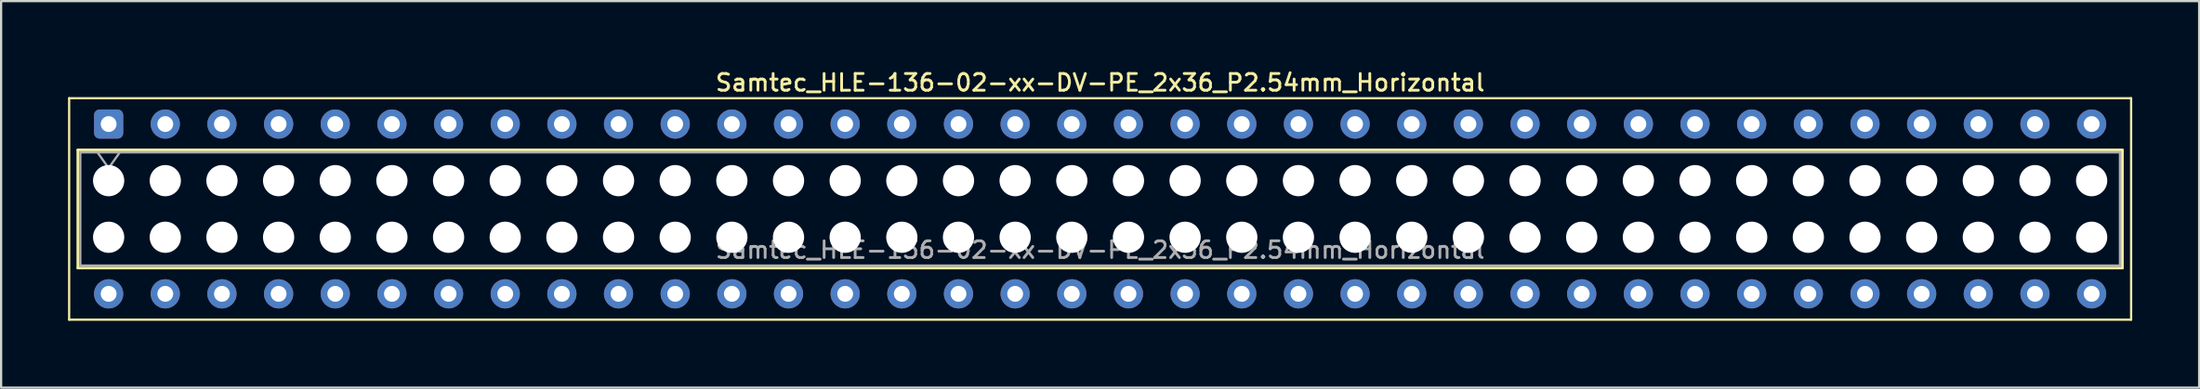
<source format=kicad_pcb>
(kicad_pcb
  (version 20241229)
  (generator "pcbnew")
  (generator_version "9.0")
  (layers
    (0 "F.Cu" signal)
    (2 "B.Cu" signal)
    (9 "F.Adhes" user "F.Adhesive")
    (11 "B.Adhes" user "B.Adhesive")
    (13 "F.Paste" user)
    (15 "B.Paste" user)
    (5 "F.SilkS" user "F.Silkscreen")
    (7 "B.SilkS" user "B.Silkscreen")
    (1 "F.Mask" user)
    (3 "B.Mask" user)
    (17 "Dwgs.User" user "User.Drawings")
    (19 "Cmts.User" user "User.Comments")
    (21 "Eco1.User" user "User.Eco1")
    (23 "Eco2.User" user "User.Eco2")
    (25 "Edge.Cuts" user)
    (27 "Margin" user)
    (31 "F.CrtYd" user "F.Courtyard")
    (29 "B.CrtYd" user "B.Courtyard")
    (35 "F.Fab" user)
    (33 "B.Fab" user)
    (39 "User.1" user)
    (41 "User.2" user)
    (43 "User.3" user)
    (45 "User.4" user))
  (footprint "Samtec_HLE-136-02-xx-DV-PE_2x36_P2.54mm_Horizontal"
    (layer "F.Cu")
    (at 1.82 2.518)
    (property "Reference" "Samtec_HLE-136-02-xx-DV-PE_2x36_P2.54mm_Horizontal" (at 44.45 -1.86 0) (layer "F.SilkS") (effects (font (size 0.75 0.75) (thickness 0.125))))
    (attr through_hole)
    (fp_line (start -1.77 -1.16) (end 90.67 -1.16) (stroke (width 0.1) (type solid)) (layer "F.SilkS"))
    (fp_line (start -1.77 8.78) (end -1.77 -1.16) (stroke (width 0.1) (type solid)) (layer "F.SilkS"))
    (fp_line (start -1.38 1.16) (end 90.28 1.16) (stroke (width 0.12) (type solid)) (layer "F.SilkS"))
    (fp_line (start -1.38 6.46) (end -1.38 1.16) (stroke (width 0.12) (type solid)) (layer "F.SilkS"))
    (fp_line (start 90.28 1.16) (end 90.28 6.46) (stroke (width 0.12) (type solid)) (layer "F.SilkS"))
    (fp_line (start 90.28 6.46) (end -1.38 6.46) (stroke (width 0.12) (type solid)) (layer "F.SilkS"))
    (fp_line (start 90.67 -1.16) (end 90.67 8.78) (stroke (width 0.1) (type solid)) (layer "F.SilkS"))
    (fp_line (start 90.67 8.78) (end -1.77 8.78) (stroke (width 0.1) (type solid)) (layer "F.SilkS"))
    (fp_line (start -1.27 1.27) (end 90.17 1.27) (stroke (width 0.1) (type solid)) (layer "F.Fab"))
    (fp_line (start -1.27 6.35) (end -1.27 1.27) (stroke (width 0.1) (type solid)) (layer "F.Fab"))
    (fp_line (start -0.5 1.27) (end 0 1.977) (stroke (width 0.1) (type solid)) (layer "F.Fab"))
    (fp_line (start 0 1.977) (end 0.5 1.27) (stroke (width 0.1) (type solid)) (layer "F.Fab"))
    (fp_line (start 90.17 1.27) (end 90.17 6.35) (stroke (width 0.1) (type solid)) (layer "F.Fab"))
    (fp_line (start 90.17 6.35) (end -1.27 6.35) (stroke (width 0.1) (type solid)) (layer "F.Fab"))
    (fp_text user "${REFERENCE}" (at 44.45 5.65 0) (layer "F.Fab") (effects (font (size 0.75 0.75) (thickness 0.125))))
    (pad "" np_thru_hole circle (at 0 2.54) (size 1.4 1.4) (drill 1.4) (layers "*.Cu" "*.Mask"))
    (pad "" np_thru_hole circle (at 0 5.08) (size 1.4 1.4) (drill 1.4) (layers "*.Cu" "*.Mask"))
    (pad "" np_thru_hole circle (at 2.54 2.54) (size 1.4 1.4) (drill 1.4) (layers "*.Cu" "*.Mask"))
    (pad "" np_thru_hole circle (at 2.54 5.08) (size 1.4 1.4) (drill 1.4) (layers "*.Cu" "*.Mask"))
    (pad "" np_thru_hole circle (at 5.08 2.54) (size 1.4 1.4) (drill 1.4) (layers "*.Cu" "*.Mask"))
    (pad "" np_thru_hole circle (at 5.08 5.08) (size 1.4 1.4) (drill 1.4) (layers "*.Cu" "*.Mask"))
    (pad "" np_thru_hole circle (at 7.62 2.54) (size 1.4 1.4) (drill 1.4) (layers "*.Cu" "*.Mask"))
    (pad "" np_thru_hole circle (at 7.62 5.08) (size 1.4 1.4) (drill 1.4) (layers "*.Cu" "*.Mask"))
    (pad "" np_thru_hole circle (at 10.16 2.54) (size 1.4 1.4) (drill 1.4) (layers "*.Cu" "*.Mask"))
    (pad "" np_thru_hole circle (at 10.16 5.08) (size 1.4 1.4) (drill 1.4) (layers "*.Cu" "*.Mask"))
    (pad "" np_thru_hole circle (at 12.7 2.54) (size 1.4 1.4) (drill 1.4) (layers "*.Cu" "*.Mask"))
    (pad "" np_thru_hole circle (at 12.7 5.08) (size 1.4 1.4) (drill 1.4) (layers "*.Cu" "*.Mask"))
    (pad "" np_thru_hole circle (at 15.24 2.54) (size 1.4 1.4) (drill 1.4) (layers "*.Cu" "*.Mask"))
    (pad "" np_thru_hole circle (at 15.24 5.08) (size 1.4 1.4) (drill 1.4) (layers "*.Cu" "*.Mask"))
    (pad "" np_thru_hole circle (at 17.78 2.54) (size 1.4 1.4) (drill 1.4) (layers "*.Cu" "*.Mask"))
    (pad "" np_thru_hole circle (at 17.78 5.08) (size 1.4 1.4) (drill 1.4) (layers "*.Cu" "*.Mask"))
    (pad "" np_thru_hole circle (at 20.32 2.54) (size 1.4 1.4) (drill 1.4) (layers "*.Cu" "*.Mask"))
    (pad "" np_thru_hole circle (at 20.32 5.08) (size 1.4 1.4) (drill 1.4) (layers "*.Cu" "*.Mask"))
    (pad "" np_thru_hole circle (at 22.86 2.54) (size 1.4 1.4) (drill 1.4) (layers "*.Cu" "*.Mask"))
    (pad "" np_thru_hole circle (at 22.86 5.08) (size 1.4 1.4) (drill 1.4) (layers "*.Cu" "*.Mask"))
    (pad "" np_thru_hole circle (at 25.4 2.54) (size 1.4 1.4) (drill 1.4) (layers "*.Cu" "*.Mask"))
    (pad "" np_thru_hole circle (at 25.4 5.08) (size 1.4 1.4) (drill 1.4) (layers "*.Cu" "*.Mask"))
    (pad "" np_thru_hole circle (at 27.94 2.54) (size 1.4 1.4) (drill 1.4) (layers "*.Cu" "*.Mask"))
    (pad "" np_thru_hole circle (at 27.94 5.08) (size 1.4 1.4) (drill 1.4) (layers "*.Cu" "*.Mask"))
    (pad "" np_thru_hole circle (at 30.48 2.54) (size 1.4 1.4) (drill 1.4) (layers "*.Cu" "*.Mask"))
    (pad "" np_thru_hole circle (at 30.48 5.08) (size 1.4 1.4) (drill 1.4) (layers "*.Cu" "*.Mask"))
    (pad "" np_thru_hole circle (at 33.02 2.54) (size 1.4 1.4) (drill 1.4) (layers "*.Cu" "*.Mask"))
    (pad "" np_thru_hole circle (at 33.02 5.08) (size 1.4 1.4) (drill 1.4) (layers "*.Cu" "*.Mask"))
    (pad "" np_thru_hole circle (at 35.56 2.54) (size 1.4 1.4) (drill 1.4) (layers "*.Cu" "*.Mask"))
    (pad "" np_thru_hole circle (at 35.56 5.08) (size 1.4 1.4) (drill 1.4) (layers "*.Cu" "*.Mask"))
    (pad "" np_thru_hole circle (at 38.1 2.54) (size 1.4 1.4) (drill 1.4) (layers "*.Cu" "*.Mask"))
    (pad "" np_thru_hole circle (at 38.1 5.08) (size 1.4 1.4) (drill 1.4) (layers "*.Cu" "*.Mask"))
    (pad "" np_thru_hole circle (at 40.64 2.54) (size 1.4 1.4) (drill 1.4) (layers "*.Cu" "*.Mask"))
    (pad "" np_thru_hole circle (at 40.64 5.08) (size 1.4 1.4) (drill 1.4) (layers "*.Cu" "*.Mask"))
    (pad "" np_thru_hole circle (at 43.18 2.54) (size 1.4 1.4) (drill 1.4) (layers "*.Cu" "*.Mask"))
    (pad "" np_thru_hole circle (at 43.18 5.08) (size 1.4 1.4) (drill 1.4) (layers "*.Cu" "*.Mask"))
    (pad "" np_thru_hole circle (at 45.72 2.54) (size 1.4 1.4) (drill 1.4) (layers "*.Cu" "*.Mask"))
    (pad "" np_thru_hole circle (at 45.72 5.08) (size 1.4 1.4) (drill 1.4) (layers "*.Cu" "*.Mask"))
    (pad "" np_thru_hole circle (at 48.26 2.54) (size 1.4 1.4) (drill 1.4) (layers "*.Cu" "*.Mask"))
    (pad "" np_thru_hole circle (at 48.26 5.08) (size 1.4 1.4) (drill 1.4) (layers "*.Cu" "*.Mask"))
    (pad "" np_thru_hole circle (at 50.8 2.54) (size 1.4 1.4) (drill 1.4) (layers "*.Cu" "*.Mask"))
    (pad "" np_thru_hole circle (at 50.8 5.08) (size 1.4 1.4) (drill 1.4) (layers "*.Cu" "*.Mask"))
    (pad "" np_thru_hole circle (at 53.34 2.54) (size 1.4 1.4) (drill 1.4) (layers "*.Cu" "*.Mask"))
    (pad "" np_thru_hole circle (at 53.34 5.08) (size 1.4 1.4) (drill 1.4) (layers "*.Cu" "*.Mask"))
    (pad "" np_thru_hole circle (at 55.88 2.54) (size 1.4 1.4) (drill 1.4) (layers "*.Cu" "*.Mask"))
    (pad "" np_thru_hole circle (at 55.88 5.08) (size 1.4 1.4) (drill 1.4) (layers "*.Cu" "*.Mask"))
    (pad "" np_thru_hole circle (at 58.42 2.54) (size 1.4 1.4) (drill 1.4) (layers "*.Cu" "*.Mask"))
    (pad "" np_thru_hole circle (at 58.42 5.08) (size 1.4 1.4) (drill 1.4) (layers "*.Cu" "*.Mask"))
    (pad "" np_thru_hole circle (at 60.96 2.54) (size 1.4 1.4) (drill 1.4) (layers "*.Cu" "*.Mask"))
    (pad "" np_thru_hole circle (at 60.96 5.08) (size 1.4 1.4) (drill 1.4) (layers "*.Cu" "*.Mask"))
    (pad "" np_thru_hole circle (at 63.5 2.54) (size 1.4 1.4) (drill 1.4) (layers "*.Cu" "*.Mask"))
    (pad "" np_thru_hole circle (at 63.5 5.08) (size 1.4 1.4) (drill 1.4) (layers "*.Cu" "*.Mask"))
    (pad "" np_thru_hole circle (at 66.04 2.54) (size 1.4 1.4) (drill 1.4) (layers "*.Cu" "*.Mask"))
    (pad "" np_thru_hole circle (at 66.04 5.08) (size 1.4 1.4) (drill 1.4) (layers "*.Cu" "*.Mask"))
    (pad "" np_thru_hole circle (at 68.58 2.54) (size 1.4 1.4) (drill 1.4) (layers "*.Cu" "*.Mask"))
    (pad "" np_thru_hole circle (at 68.58 5.08) (size 1.4 1.4) (drill 1.4) (layers "*.Cu" "*.Mask"))
    (pad "" np_thru_hole circle (at 71.12 2.54) (size 1.4 1.4) (drill 1.4) (layers "*.Cu" "*.Mask"))
    (pad "" np_thru_hole circle (at 71.12 5.08) (size 1.4 1.4) (drill 1.4) (layers "*.Cu" "*.Mask"))
    (pad "" np_thru_hole circle (at 73.66 2.54) (size 1.4 1.4) (drill 1.4) (layers "*.Cu" "*.Mask"))
    (pad "" np_thru_hole circle (at 73.66 5.08) (size 1.4 1.4) (drill 1.4) (layers "*.Cu" "*.Mask"))
    (pad "" np_thru_hole circle (at 76.2 2.54) (size 1.4 1.4) (drill 1.4) (layers "*.Cu" "*.Mask"))
    (pad "" np_thru_hole circle (at 76.2 5.08) (size 1.4 1.4) (drill 1.4) (layers "*.Cu" "*.Mask"))
    (pad "" np_thru_hole circle (at 78.74 2.54) (size 1.4 1.4) (drill 1.4) (layers "*.Cu" "*.Mask"))
    (pad "" np_thru_hole circle (at 78.74 5.08) (size 1.4 1.4) (drill 1.4) (layers "*.Cu" "*.Mask"))
    (pad "" np_thru_hole circle (at 81.28 2.54) (size 1.4 1.4) (drill 1.4) (layers "*.Cu" "*.Mask"))
    (pad "" np_thru_hole circle (at 81.28 5.08) (size 1.4 1.4) (drill 1.4) (layers "*.Cu" "*.Mask"))
    (pad "" np_thru_hole circle (at 83.82 2.54) (size 1.4 1.4) (drill 1.4) (layers "*.Cu" "*.Mask"))
    (pad "" np_thru_hole circle (at 83.82 5.08) (size 1.4 1.4) (drill 1.4) (layers "*.Cu" "*.Mask"))
    (pad "" np_thru_hole circle (at 86.36 2.54) (size 1.4 1.4) (drill 1.4) (layers "*.Cu" "*.Mask"))
    (pad "" np_thru_hole circle (at 86.36 5.08) (size 1.4 1.4) (drill 1.4) (layers "*.Cu" "*.Mask"))
    (pad "" np_thru_hole circle (at 88.9 2.54) (size 1.4 1.4) (drill 1.4) (layers "*.Cu" "*.Mask"))
    (pad "" np_thru_hole circle (at 88.9 5.08) (size 1.4 1.4) (drill 1.4) (layers "*.Cu" "*.Mask"))
    (pad "1" thru_hole roundrect (at 0 0) (size 1.31 1.31) (drill 0.71) (layers "*.Cu" "*.Mask") (roundrect_rratio 0.191))
    (pad "2" thru_hole circle (at 0 7.62) (size 1.31 1.31) (drill 0.71) (layers "*.Cu" "*.Mask"))
    (pad "3" thru_hole circle (at 2.54 0) (size 1.31 1.31) (drill 0.71) (layers "*.Cu" "*.Mask"))
    (pad "4" thru_hole circle (at 2.54 7.62) (size 1.31 1.31) (drill 0.71) (layers "*.Cu" "*.Mask"))
    (pad "5" thru_hole circle (at 5.08 0) (size 1.31 1.31) (drill 0.71) (layers "*.Cu" "*.Mask"))
    (pad "6" thru_hole circle (at 5.08 7.62) (size 1.31 1.31) (drill 0.71) (layers "*.Cu" "*.Mask"))
    (pad "7" thru_hole circle (at 7.62 0) (size 1.31 1.31) (drill 0.71) (layers "*.Cu" "*.Mask"))
    (pad "8" thru_hole circle (at 7.62 7.62) (size 1.31 1.31) (drill 0.71) (layers "*.Cu" "*.Mask"))
    (pad "9" thru_hole circle (at 10.16 0) (size 1.31 1.31) (drill 0.71) (layers "*.Cu" "*.Mask"))
    (pad "10" thru_hole circle (at 10.16 7.62) (size 1.31 1.31) (drill 0.71) (layers "*.Cu" "*.Mask"))
    (pad "11" thru_hole circle (at 12.7 0) (size 1.31 1.31) (drill 0.71) (layers "*.Cu" "*.Mask"))
    (pad "12" thru_hole circle (at 12.7 7.62) (size 1.31 1.31) (drill 0.71) (layers "*.Cu" "*.Mask"))
    (pad "13" thru_hole circle (at 15.24 0) (size 1.31 1.31) (drill 0.71) (layers "*.Cu" "*.Mask"))
    (pad "14" thru_hole circle (at 15.24 7.62) (size 1.31 1.31) (drill 0.71) (layers "*.Cu" "*.Mask"))
    (pad "15" thru_hole circle (at 17.78 0) (size 1.31 1.31) (drill 0.71) (layers "*.Cu" "*.Mask"))
    (pad "16" thru_hole circle (at 17.78 7.62) (size 1.31 1.31) (drill 0.71) (layers "*.Cu" "*.Mask"))
    (pad "17" thru_hole circle (at 20.32 0) (size 1.31 1.31) (drill 0.71) (layers "*.Cu" "*.Mask"))
    (pad "18" thru_hole circle (at 20.32 7.62) (size 1.31 1.31) (drill 0.71) (layers "*.Cu" "*.Mask"))
    (pad "19" thru_hole circle (at 22.86 0) (size 1.31 1.31) (drill 0.71) (layers "*.Cu" "*.Mask"))
    (pad "20" thru_hole circle (at 22.86 7.62) (size 1.31 1.31) (drill 0.71) (layers "*.Cu" "*.Mask"))
    (pad "21" thru_hole circle (at 25.4 0) (size 1.31 1.31) (drill 0.71) (layers "*.Cu" "*.Mask"))
    (pad "22" thru_hole circle (at 25.4 7.62) (size 1.31 1.31) (drill 0.71) (layers "*.Cu" "*.Mask"))
    (pad "23" thru_hole circle (at 27.94 0) (size 1.31 1.31) (drill 0.71) (layers "*.Cu" "*.Mask"))
    (pad "24" thru_hole circle (at 27.94 7.62) (size 1.31 1.31) (drill 0.71) (layers "*.Cu" "*.Mask"))
    (pad "25" thru_hole circle (at 30.48 0) (size 1.31 1.31) (drill 0.71) (layers "*.Cu" "*.Mask"))
    (pad "26" thru_hole circle (at 30.48 7.62) (size 1.31 1.31) (drill 0.71) (layers "*.Cu" "*.Mask"))
    (pad "27" thru_hole circle (at 33.02 0) (size 1.31 1.31) (drill 0.71) (layers "*.Cu" "*.Mask"))
    (pad "28" thru_hole circle (at 33.02 7.62) (size 1.31 1.31) (drill 0.71) (layers "*.Cu" "*.Mask"))
    (pad "29" thru_hole circle (at 35.56 0) (size 1.31 1.31) (drill 0.71) (layers "*.Cu" "*.Mask"))
    (pad "30" thru_hole circle (at 35.56 7.62) (size 1.31 1.31) (drill 0.71) (layers "*.Cu" "*.Mask"))
    (pad "31" thru_hole circle (at 38.1 0) (size 1.31 1.31) (drill 0.71) (layers "*.Cu" "*.Mask"))
    (pad "32" thru_hole circle (at 38.1 7.62) (size 1.31 1.31) (drill 0.71) (layers "*.Cu" "*.Mask"))
    (pad "33" thru_hole circle (at 40.64 0) (size 1.31 1.31) (drill 0.71) (layers "*.Cu" "*.Mask"))
    (pad "34" thru_hole circle (at 40.64 7.62) (size 1.31 1.31) (drill 0.71) (layers "*.Cu" "*.Mask"))
    (pad "35" thru_hole circle (at 43.18 0) (size 1.31 1.31) (drill 0.71) (layers "*.Cu" "*.Mask"))
    (pad "36" thru_hole circle (at 43.18 7.62) (size 1.31 1.31) (drill 0.71) (layers "*.Cu" "*.Mask"))
    (pad "37" thru_hole circle (at 45.72 0) (size 1.31 1.31) (drill 0.71) (layers "*.Cu" "*.Mask"))
    (pad "38" thru_hole circle (at 45.72 7.62) (size 1.31 1.31) (drill 0.71) (layers "*.Cu" "*.Mask"))
    (pad "39" thru_hole circle (at 48.26 0) (size 1.31 1.31) (drill 0.71) (layers "*.Cu" "*.Mask"))
    (pad "40" thru_hole circle (at 48.26 7.62) (size 1.31 1.31) (drill 0.71) (layers "*.Cu" "*.Mask"))
    (pad "41" thru_hole circle (at 50.8 0) (size 1.31 1.31) (drill 0.71) (layers "*.Cu" "*.Mask"))
    (pad "42" thru_hole circle (at 50.8 7.62) (size 1.31 1.31) (drill 0.71) (layers "*.Cu" "*.Mask"))
    (pad "43" thru_hole circle (at 53.34 0) (size 1.31 1.31) (drill 0.71) (layers "*.Cu" "*.Mask"))
    (pad "44" thru_hole circle (at 53.34 7.62) (size 1.31 1.31) (drill 0.71) (layers "*.Cu" "*.Mask"))
    (pad "45" thru_hole circle (at 55.88 0) (size 1.31 1.31) (drill 0.71) (layers "*.Cu" "*.Mask"))
    (pad "46" thru_hole circle (at 55.88 7.62) (size 1.31 1.31) (drill 0.71) (layers "*.Cu" "*.Mask"))
    (pad "47" thru_hole circle (at 58.42 0) (size 1.31 1.31) (drill 0.71) (layers "*.Cu" "*.Mask"))
    (pad "48" thru_hole circle (at 58.42 7.62) (size 1.31 1.31) (drill 0.71) (layers "*.Cu" "*.Mask"))
    (pad "49" thru_hole circle (at 60.96 0) (size 1.31 1.31) (drill 0.71) (layers "*.Cu" "*.Mask"))
    (pad "50" thru_hole circle (at 60.96 7.62) (size 1.31 1.31) (drill 0.71) (layers "*.Cu" "*.Mask"))
    (pad "51" thru_hole circle (at 63.5 0) (size 1.31 1.31) (drill 0.71) (layers "*.Cu" "*.Mask"))
    (pad "52" thru_hole circle (at 63.5 7.62) (size 1.31 1.31) (drill 0.71) (layers "*.Cu" "*.Mask"))
    (pad "53" thru_hole circle (at 66.04 0) (size 1.31 1.31) (drill 0.71) (layers "*.Cu" "*.Mask"))
    (pad "54" thru_hole circle (at 66.04 7.62) (size 1.31 1.31) (drill 0.71) (layers "*.Cu" "*.Mask"))
    (pad "55" thru_hole circle (at 68.58 0) (size 1.31 1.31) (drill 0.71) (layers "*.Cu" "*.Mask"))
    (pad "56" thru_hole circle (at 68.58 7.62) (size 1.31 1.31) (drill 0.71) (layers "*.Cu" "*.Mask"))
    (pad "57" thru_hole circle (at 71.12 0) (size 1.31 1.31) (drill 0.71) (layers "*.Cu" "*.Mask"))
    (pad "58" thru_hole circle (at 71.12 7.62) (size 1.31 1.31) (drill 0.71) (layers "*.Cu" "*.Mask"))
    (pad "59" thru_hole circle (at 73.66 0) (size 1.31 1.31) (drill 0.71) (layers "*.Cu" "*.Mask"))
    (pad "60" thru_hole circle (at 73.66 7.62) (size 1.31 1.31) (drill 0.71) (layers "*.Cu" "*.Mask"))
    (pad "61" thru_hole circle (at 76.2 0) (size 1.31 1.31) (drill 0.71) (layers "*.Cu" "*.Mask"))
    (pad "62" thru_hole circle (at 76.2 7.62) (size 1.31 1.31) (drill 0.71) (layers "*.Cu" "*.Mask"))
    (pad "63" thru_hole circle (at 78.74 0) (size 1.31 1.31) (drill 0.71) (layers "*.Cu" "*.Mask"))
    (pad "64" thru_hole circle (at 78.74 7.62) (size 1.31 1.31) (drill 0.71) (layers "*.Cu" "*.Mask"))
    (pad "65" thru_hole circle (at 81.28 0) (size 1.31 1.31) (drill 0.71) (layers "*.Cu" "*.Mask"))
    (pad "66" thru_hole circle (at 81.28 7.62) (size 1.31 1.31) (drill 0.71) (layers "*.Cu" "*.Mask"))
    (pad "67" thru_hole circle (at 83.82 0) (size 1.31 1.31) (drill 0.71) (layers "*.Cu" "*.Mask"))
    (pad "68" thru_hole circle (at 83.82 7.62) (size 1.31 1.31) (drill 0.71) (layers "*.Cu" "*.Mask"))
    (pad "69" thru_hole circle (at 86.36 0) (size 1.31 1.31) (drill 0.71) (layers "*.Cu" "*.Mask"))
    (pad "70" thru_hole circle (at 86.36 7.62) (size 1.31 1.31) (drill 0.71) (layers "*.Cu" "*.Mask"))
    (pad "71" thru_hole circle (at 88.9 0) (size 1.31 1.31) (drill 0.71) (layers "*.Cu" "*.Mask"))
    (pad "72" thru_hole circle (at 88.9 7.62) (size 1.31 1.31) (drill 0.71) (layers "*.Cu" "*.Mask")))
  (gr_rect
    (start -3 -3)
    (end 95.54 14.348)
    (stroke (width 0.1) (type default))
    (fill no)
    (layer "Edge.Cuts")))
</source>
